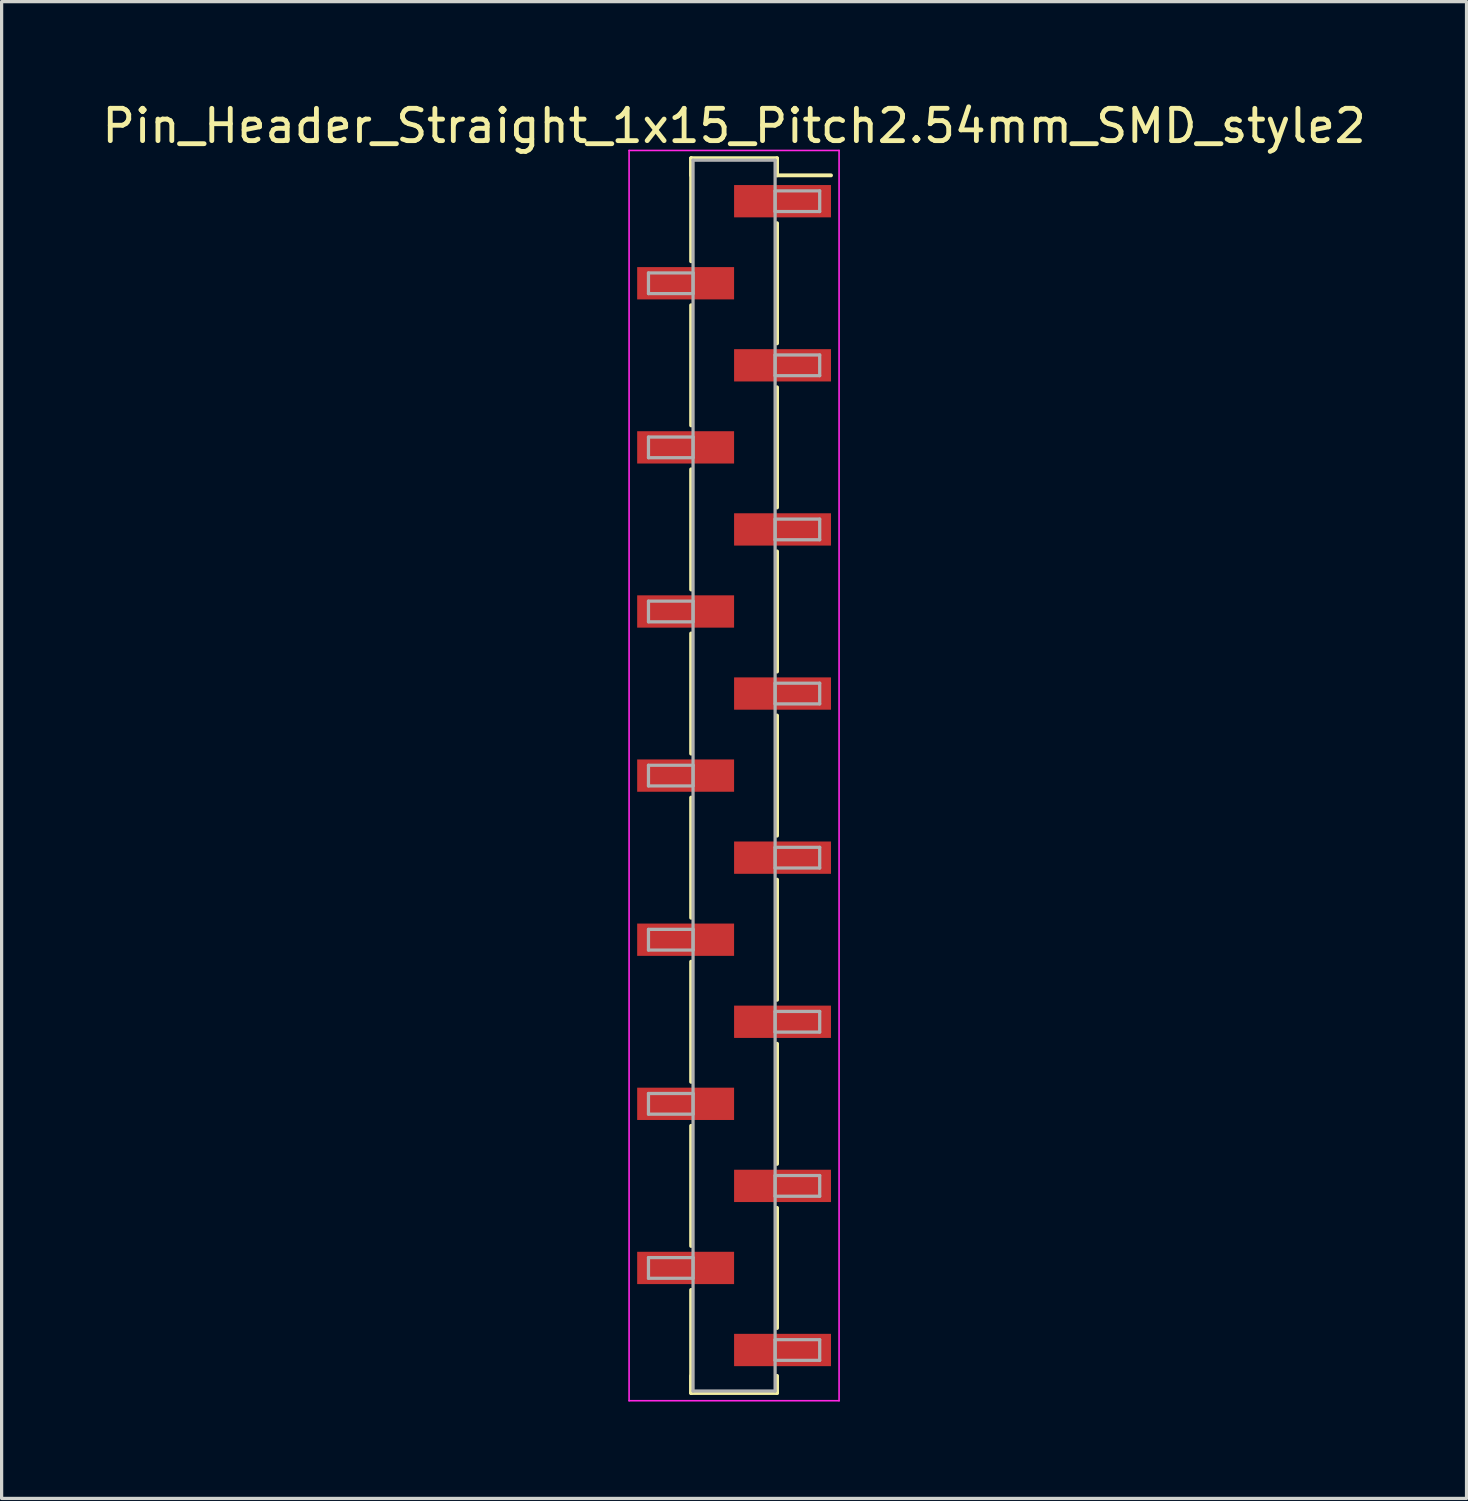
<source format=kicad_pcb>
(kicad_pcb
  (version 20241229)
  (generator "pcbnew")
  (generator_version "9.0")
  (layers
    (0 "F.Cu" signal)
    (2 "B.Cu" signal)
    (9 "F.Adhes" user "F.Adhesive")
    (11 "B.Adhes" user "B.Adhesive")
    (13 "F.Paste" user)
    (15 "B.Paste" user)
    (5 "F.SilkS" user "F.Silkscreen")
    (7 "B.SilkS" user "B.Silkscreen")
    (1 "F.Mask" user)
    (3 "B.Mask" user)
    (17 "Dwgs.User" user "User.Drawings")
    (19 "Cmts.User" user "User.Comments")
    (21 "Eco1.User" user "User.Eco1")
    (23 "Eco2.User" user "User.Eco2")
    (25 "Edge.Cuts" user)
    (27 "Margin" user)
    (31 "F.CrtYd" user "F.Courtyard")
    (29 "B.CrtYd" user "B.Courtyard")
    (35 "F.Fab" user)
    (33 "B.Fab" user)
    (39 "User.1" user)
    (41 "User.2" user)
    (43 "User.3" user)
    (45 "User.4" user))
  (footprint "Pin_Header_Straight_1x15_Pitch2.54mm_SMD_style2"
    (layer "F.Cu")
    (at 19.673 20.958)
    (property "Reference" "Pin_Header_Straight_1x15_Pitch2.54mm_SMD_style2" (at 0 -20.11 0) (layer "F.SilkS") (effects (font (size 1 1) (thickness 0.15))))
    (attr smd)
    (fp_line (start -1.33 -19.11) (end -1.33 -15.92) (stroke (width 0.12) (type solid)) (layer "F.SilkS"))
    (fp_line (start -1.33 -19.11) (end 1.33 -19.11) (stroke (width 0.12) (type solid)) (layer "F.SilkS"))
    (fp_line (start -1.33 -18.58) (end -1.33 -19.11) (stroke (width 0.12) (type solid)) (layer "F.SilkS"))
    (fp_line (start -1.33 -14.56) (end -1.33 -10.84) (stroke (width 0.12) (type solid)) (layer "F.SilkS"))
    (fp_line (start -1.33 -9.48) (end -1.33 -5.76) (stroke (width 0.12) (type solid)) (layer "F.SilkS"))
    (fp_line (start -1.33 -4.4) (end -1.33 -0.68) (stroke (width 0.12) (type solid)) (layer "F.SilkS"))
    (fp_line (start -1.33 0.68) (end -1.33 4.4) (stroke (width 0.12) (type solid)) (layer "F.SilkS"))
    (fp_line (start -1.33 5.76) (end -1.33 9.48) (stroke (width 0.12) (type solid)) (layer "F.SilkS"))
    (fp_line (start -1.33 10.84) (end -1.33 14.56) (stroke (width 0.12) (type solid)) (layer "F.SilkS"))
    (fp_line (start -1.33 15.92) (end -1.33 19.11) (stroke (width 0.12) (type solid)) (layer "F.SilkS"))
    (fp_line (start -1.33 18.58) (end -1.33 19.11) (stroke (width 0.12) (type solid)) (layer "F.SilkS"))
    (fp_line (start -1.33 19.11) (end 1.33 19.11) (stroke (width 0.12) (type solid)) (layer "F.SilkS"))
    (fp_line (start 1.33 -19.11) (end 1.33 -18.58) (stroke (width 0.12) (type solid)) (layer "F.SilkS"))
    (fp_line (start 1.33 -18.58) (end 3 -18.58) (stroke (width 0.12) (type solid)) (layer "F.SilkS"))
    (fp_line (start 1.33 -17.1) (end 1.33 -13.38) (stroke (width 0.12) (type solid)) (layer "F.SilkS"))
    (fp_line (start 1.33 -12.02) (end 1.33 -8.3) (stroke (width 0.12) (type solid)) (layer "F.SilkS"))
    (fp_line (start 1.33 -6.94) (end 1.33 -3.22) (stroke (width 0.12) (type solid)) (layer "F.SilkS"))
    (fp_line (start 1.33 -1.86) (end 1.33 1.86) (stroke (width 0.12) (type solid)) (layer "F.SilkS"))
    (fp_line (start 1.33 3.22) (end 1.33 6.94) (stroke (width 0.12) (type solid)) (layer "F.SilkS"))
    (fp_line (start 1.33 8.3) (end 1.33 12.02) (stroke (width 0.12) (type solid)) (layer "F.SilkS"))
    (fp_line (start 1.33 13.38) (end 1.33 17.1) (stroke (width 0.12) (type solid)) (layer "F.SilkS"))
    (fp_line (start 1.33 19.11) (end 1.33 18.58) (stroke (width 0.12) (type solid)) (layer "F.SilkS"))
    (fp_line (start -3.25 -19.35) (end -3.25 19.35) (stroke (width 0.05) (type solid)) (layer "F.CrtYd"))
    (fp_line (start -3.25 19.35) (end 3.25 19.35) (stroke (width 0.05) (type solid)) (layer "F.CrtYd"))
    (fp_line (start 3.25 -19.35) (end -3.25 -19.35) (stroke (width 0.05) (type solid)) (layer "F.CrtYd"))
    (fp_line (start 3.25 19.35) (end 3.25 -19.35) (stroke (width 0.05) (type solid)) (layer "F.CrtYd"))
    (fp_line (start -2.65 -15.56) (end -1.27 -15.56) (stroke (width 0.1) (type solid)) (layer "F.Fab"))
    (fp_line (start -2.65 -14.92) (end -2.65 -15.56) (stroke (width 0.1) (type solid)) (layer "F.Fab"))
    (fp_line (start -2.65 -10.48) (end -1.27 -10.48) (stroke (width 0.1) (type solid)) (layer "F.Fab"))
    (fp_line (start -2.65 -9.84) (end -2.65 -10.48) (stroke (width 0.1) (type solid)) (layer "F.Fab"))
    (fp_line (start -2.65 -5.4) (end -1.27 -5.4) (stroke (width 0.1) (type solid)) (layer "F.Fab"))
    (fp_line (start -2.65 -4.76) (end -2.65 -5.4) (stroke (width 0.1) (type solid)) (layer "F.Fab"))
    (fp_line (start -2.65 -0.32) (end -1.27 -0.32) (stroke (width 0.1) (type solid)) (layer "F.Fab"))
    (fp_line (start -2.65 0.32) (end -2.65 -0.32) (stroke (width 0.1) (type solid)) (layer "F.Fab"))
    (fp_line (start -2.65 4.76) (end -1.27 4.76) (stroke (width 0.1) (type solid)) (layer "F.Fab"))
    (fp_line (start -2.65 5.4) (end -2.65 4.76) (stroke (width 0.1) (type solid)) (layer "F.Fab"))
    (fp_line (start -2.65 9.84) (end -1.27 9.84) (stroke (width 0.1) (type solid)) (layer "F.Fab"))
    (fp_line (start -2.65 10.48) (end -2.65 9.84) (stroke (width 0.1) (type solid)) (layer "F.Fab"))
    (fp_line (start -2.65 14.92) (end -1.27 14.92) (stroke (width 0.1) (type solid)) (layer "F.Fab"))
    (fp_line (start -2.65 15.56) (end -2.65 14.92) (stroke (width 0.1) (type solid)) (layer "F.Fab"))
    (fp_line (start -1.27 -19.05) (end -1.27 19.05) (stroke (width 0.1) (type solid)) (layer "F.Fab"))
    (fp_line (start -1.27 -15.56) (end -1.27 -14.92) (stroke (width 0.1) (type solid)) (layer "F.Fab"))
    (fp_line (start -1.27 -14.92) (end -2.65 -14.92) (stroke (width 0.1) (type solid)) (layer "F.Fab"))
    (fp_line (start -1.27 -10.48) (end -1.27 -9.84) (stroke (width 0.1) (type solid)) (layer "F.Fab"))
    (fp_line (start -1.27 -9.84) (end -2.65 -9.84) (stroke (width 0.1) (type solid)) (layer "F.Fab"))
    (fp_line (start -1.27 -5.4) (end -1.27 -4.76) (stroke (width 0.1) (type solid)) (layer "F.Fab"))
    (fp_line (start -1.27 -4.76) (end -2.65 -4.76) (stroke (width 0.1) (type solid)) (layer "F.Fab"))
    (fp_line (start -1.27 -0.32) (end -1.27 0.32) (stroke (width 0.1) (type solid)) (layer "F.Fab"))
    (fp_line (start -1.27 0.32) (end -2.65 0.32) (stroke (width 0.1) (type solid)) (layer "F.Fab"))
    (fp_line (start -1.27 4.76) (end -1.27 5.4) (stroke (width 0.1) (type solid)) (layer "F.Fab"))
    (fp_line (start -1.27 5.4) (end -2.65 5.4) (stroke (width 0.1) (type solid)) (layer "F.Fab"))
    (fp_line (start -1.27 9.84) (end -1.27 10.48) (stroke (width 0.1) (type solid)) (layer "F.Fab"))
    (fp_line (start -1.27 10.48) (end -2.65 10.48) (stroke (width 0.1) (type solid)) (layer "F.Fab"))
    (fp_line (start -1.27 14.92) (end -1.27 15.56) (stroke (width 0.1) (type solid)) (layer "F.Fab"))
    (fp_line (start -1.27 15.56) (end -2.65 15.56) (stroke (width 0.1) (type solid)) (layer "F.Fab"))
    (fp_line (start -1.27 19.05) (end 1.27 19.05) (stroke (width 0.1) (type solid)) (layer "F.Fab"))
    (fp_line (start 1.27 -19.05) (end -1.27 -19.05) (stroke (width 0.1) (type solid)) (layer "F.Fab"))
    (fp_line (start 1.27 -18.1) (end 1.27 -17.46) (stroke (width 0.1) (type solid)) (layer "F.Fab"))
    (fp_line (start 1.27 -17.46) (end 2.65 -17.46) (stroke (width 0.1) (type solid)) (layer "F.Fab"))
    (fp_line (start 1.27 -13.02) (end 1.27 -12.38) (stroke (width 0.1) (type solid)) (layer "F.Fab"))
    (fp_line (start 1.27 -12.38) (end 2.65 -12.38) (stroke (width 0.1) (type solid)) (layer "F.Fab"))
    (fp_line (start 1.27 -7.94) (end 1.27 -7.3) (stroke (width 0.1) (type solid)) (layer "F.Fab"))
    (fp_line (start 1.27 -7.3) (end 2.65 -7.3) (stroke (width 0.1) (type solid)) (layer "F.Fab"))
    (fp_line (start 1.27 -2.86) (end 1.27 -2.22) (stroke (width 0.1) (type solid)) (layer "F.Fab"))
    (fp_line (start 1.27 -2.22) (end 2.65 -2.22) (stroke (width 0.1) (type solid)) (layer "F.Fab"))
    (fp_line (start 1.27 2.22) (end 1.27 2.86) (stroke (width 0.1) (type solid)) (layer "F.Fab"))
    (fp_line (start 1.27 2.86) (end 2.65 2.86) (stroke (width 0.1) (type solid)) (layer "F.Fab"))
    (fp_line (start 1.27 7.3) (end 1.27 7.94) (stroke (width 0.1) (type solid)) (layer "F.Fab"))
    (fp_line (start 1.27 7.94) (end 2.65 7.94) (stroke (width 0.1) (type solid)) (layer "F.Fab"))
    (fp_line (start 1.27 12.38) (end 1.27 13.02) (stroke (width 0.1) (type solid)) (layer "F.Fab"))
    (fp_line (start 1.27 13.02) (end 2.65 13.02) (stroke (width 0.1) (type solid)) (layer "F.Fab"))
    (fp_line (start 1.27 17.46) (end 1.27 18.1) (stroke (width 0.1) (type solid)) (layer "F.Fab"))
    (fp_line (start 1.27 18.1) (end 2.65 18.1) (stroke (width 0.1) (type solid)) (layer "F.Fab"))
    (fp_line (start 1.27 19.05) (end 1.27 -19.05) (stroke (width 0.1) (type solid)) (layer "F.Fab"))
    (fp_line (start 2.65 -18.1) (end 1.27 -18.1) (stroke (width 0.1) (type solid)) (layer "F.Fab"))
    (fp_line (start 2.65 -17.46) (end 2.65 -18.1) (stroke (width 0.1) (type solid)) (layer "F.Fab"))
    (fp_line (start 2.65 -13.02) (end 1.27 -13.02) (stroke (width 0.1) (type solid)) (layer "F.Fab"))
    (fp_line (start 2.65 -12.38) (end 2.65 -13.02) (stroke (width 0.1) (type solid)) (layer "F.Fab"))
    (fp_line (start 2.65 -7.94) (end 1.27 -7.94) (stroke (width 0.1) (type solid)) (layer "F.Fab"))
    (fp_line (start 2.65 -7.3) (end 2.65 -7.94) (stroke (width 0.1) (type solid)) (layer "F.Fab"))
    (fp_line (start 2.65 -2.86) (end 1.27 -2.86) (stroke (width 0.1) (type solid)) (layer "F.Fab"))
    (fp_line (start 2.65 -2.22) (end 2.65 -2.86) (stroke (width 0.1) (type solid)) (layer "F.Fab"))
    (fp_line (start 2.65 2.22) (end 1.27 2.22) (stroke (width 0.1) (type solid)) (layer "F.Fab"))
    (fp_line (start 2.65 2.86) (end 2.65 2.22) (stroke (width 0.1) (type solid)) (layer "F.Fab"))
    (fp_line (start 2.65 7.3) (end 1.27 7.3) (stroke (width 0.1) (type solid)) (layer "F.Fab"))
    (fp_line (start 2.65 7.94) (end 2.65 7.3) (stroke (width 0.1) (type solid)) (layer "F.Fab"))
    (fp_line (start 2.65 12.38) (end 1.27 12.38) (stroke (width 0.1) (type solid)) (layer "F.Fab"))
    (fp_line (start 2.65 13.02) (end 2.65 12.38) (stroke (width 0.1) (type solid)) (layer "F.Fab"))
    (fp_line (start 2.65 17.46) (end 1.27 17.46) (stroke (width 0.1) (type solid)) (layer "F.Fab"))
    (fp_line (start 2.65 18.1) (end 2.65 17.46) (stroke (width 0.1) (type solid)) (layer "F.Fab"))
    (pad "1" smd rect (at 1.5 -17.78) (size 3 1) (layers "F.Cu" "F.Mask"))
    (pad "2" smd rect (at -1.5 -15.24) (size 3 1) (layers "F.Cu" "F.Mask"))
    (pad "3" smd rect (at 1.5 -12.7) (size 3 1) (layers "F.Cu" "F.Mask"))
    (pad "4" smd rect (at -1.5 -10.16) (size 3 1) (layers "F.Cu" "F.Mask"))
    (pad "5" smd rect (at 1.5 -7.62) (size 3 1) (layers "F.Cu" "F.Mask"))
    (pad "6" smd rect (at -1.5 -5.08) (size 3 1) (layers "F.Cu" "F.Mask"))
    (pad "7" smd rect (at 1.5 -2.54) (size 3 1) (layers "F.Cu" "F.Mask"))
    (pad "8" smd rect (at -1.5 0) (size 3 1) (layers "F.Cu" "F.Mask"))
    (pad "9" smd rect (at 1.5 2.54) (size 3 1) (layers "F.Cu" "F.Mask"))
    (pad "10" smd rect (at -1.5 5.08) (size 3 1) (layers "F.Cu" "F.Mask"))
    (pad "11" smd rect (at 1.5 7.62) (size 3 1) (layers "F.Cu" "F.Mask"))
    (pad "12" smd rect (at -1.5 10.16) (size 3 1) (layers "F.Cu" "F.Mask"))
    (pad "13" smd rect (at 1.5 12.7) (size 3 1) (layers "F.Cu" "F.Mask"))
    (pad "14" smd rect (at -1.5 15.24) (size 3 1) (layers "F.Cu" "F.Mask"))
    (pad "15" smd rect (at 1.5 17.78) (size 3 1) (layers "F.Cu" "F.Mask")))
  (gr_rect
    (start -3 -3)
    (end 42.345 43.333)
    (stroke (width 0.1) (type default))
    (fill no)
    (layer "Edge.Cuts")))
</source>
